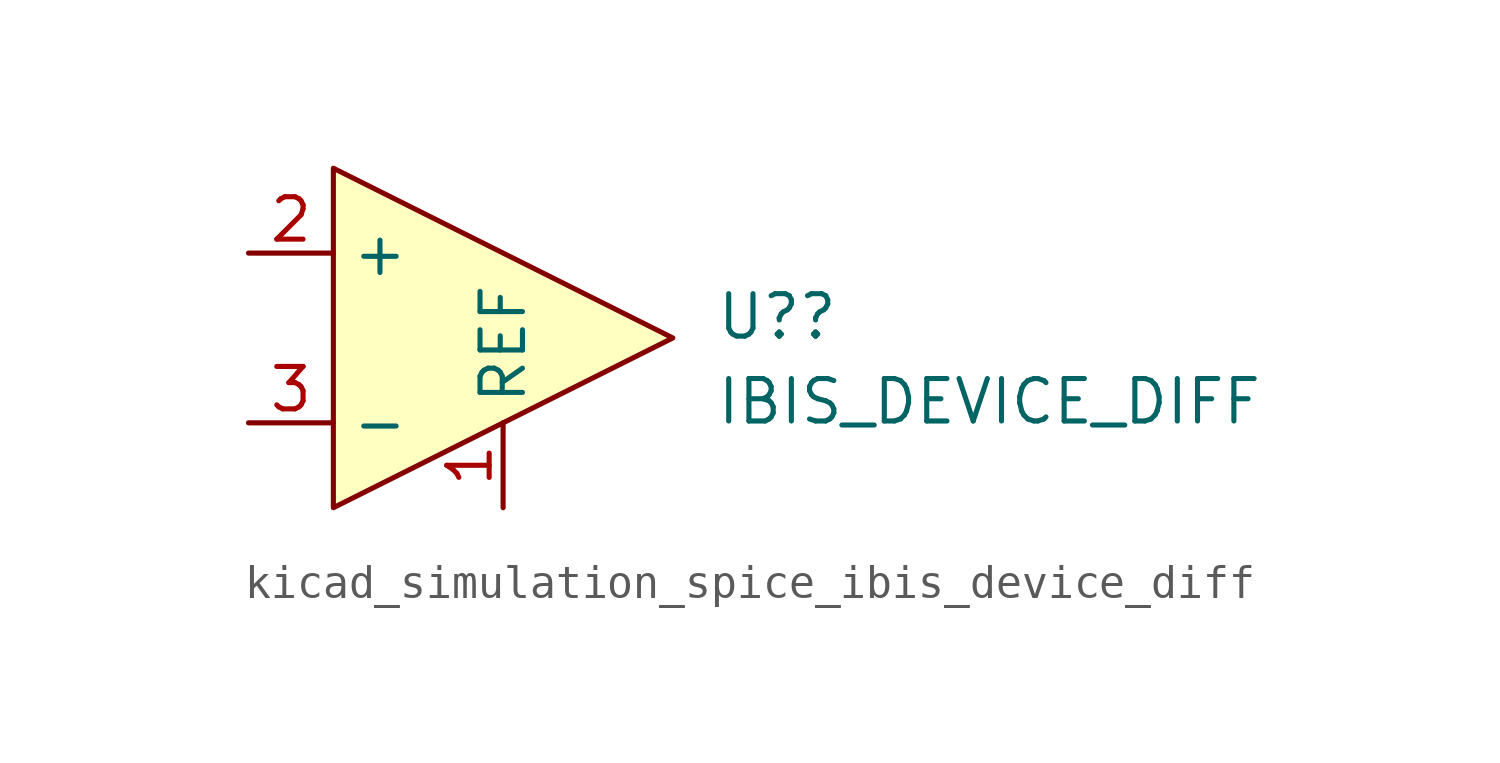
<source format=kicad_sym>
(kicad_symbol_lib
  (version 20220914)
  (generator kicad_symbol_editor)
  (symbol "kicad_simulation_spice_ibis_device_diff"
    (property "Reference" "U?"
      (at 6.35 0.635 0)
      (effects (font (size 1.27 1.27)) (justify left)))
    (property "Value" "IBIS_DEVICE_DIFF"
      (at 6.35 -1.905 0)
      (effects (font (size 1.27 1.27)) (justify left)))
    (symbol "kicad_simulation_spice_ibis_device_diff_0_1"
      (polyline (pts (xy 5.08 0) (xy -5.08 5.08) (xy -5.08 -5.08) (xy 5.08 0)) (stroke (width 0) (type default)) (fill (type background))))
    (symbol "kicad_simulation_spice_ibis_device_diff_1_1"
      (pin power_in line (at 0 -5.08 90) (length 2.54) (name "REF" (effects (font (size 1.27 1.27)))) (number "1" (effects (font (size 1.27 1.27)))))
      (pin input line (at -7.62 2.54 0) (length 2.54) (name "+" (effects (font (size 1.27 1.27)))) (number "2" (effects (font (size 1.27 1.27)))))
      (pin input line (at -7.62 -2.54 0) (length 2.54) (name "-" (effects (font (size 1.27 1.27)))) (number "3" (effects (font (size 1.27 1.27))))))))
</source>
